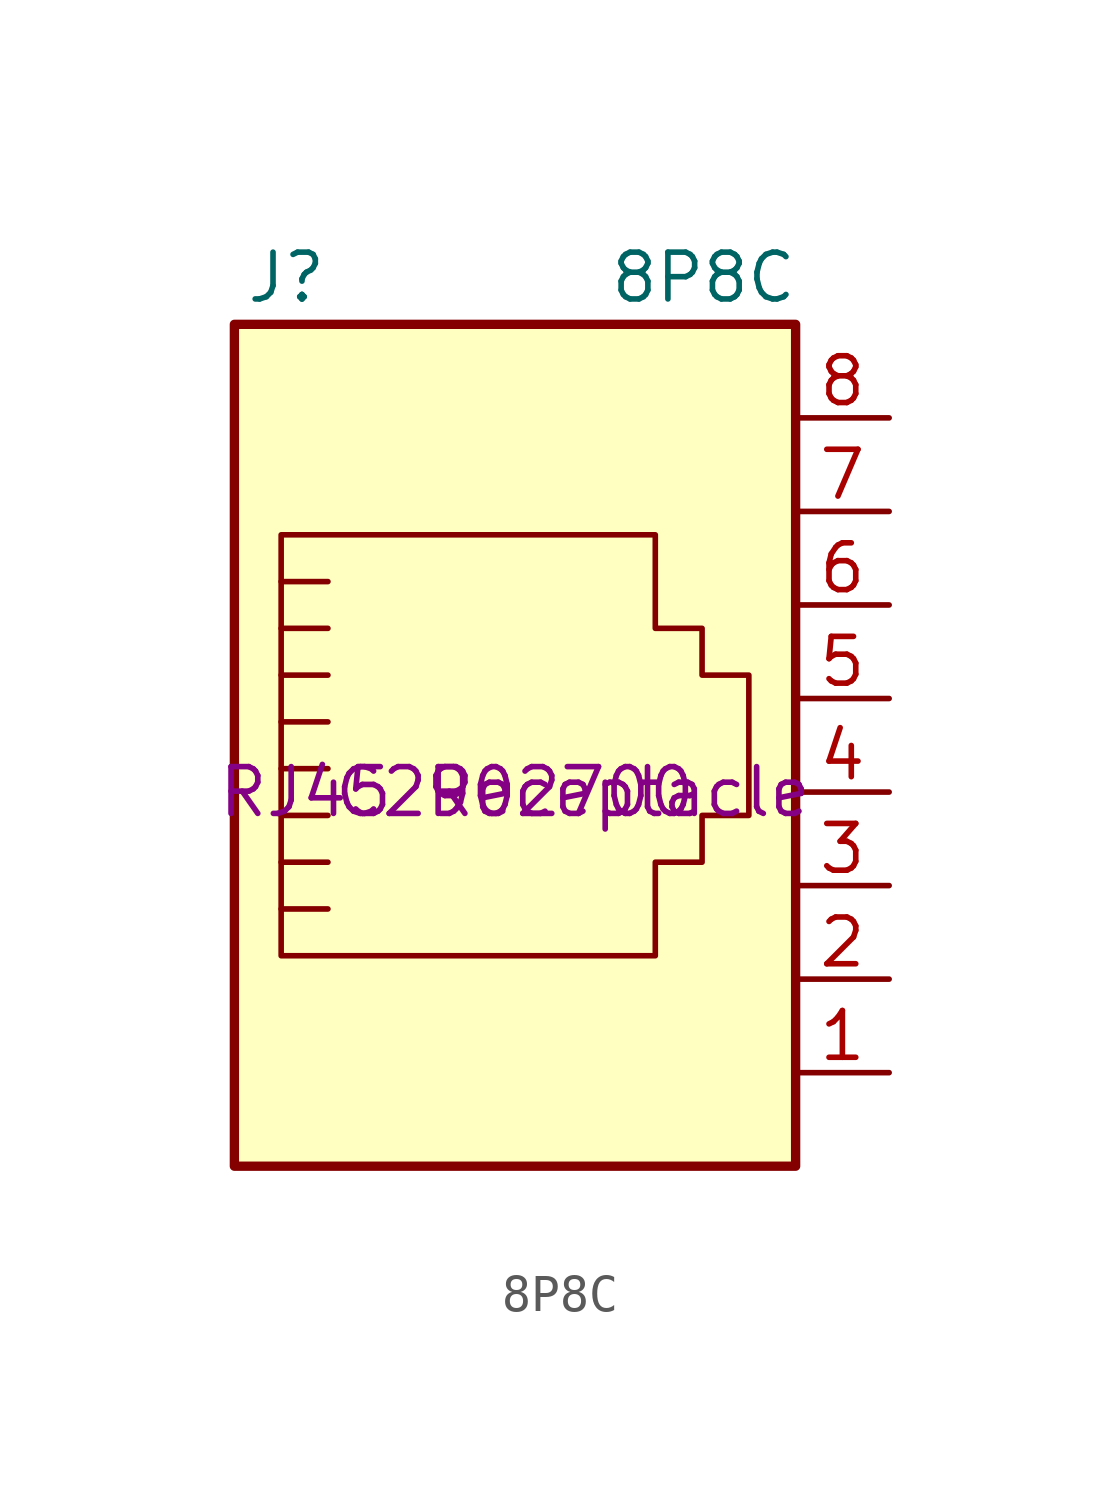
<source format=kicad_sym>
(kicad_symbol_lib
  (version 20220914)
  (generator kicad_symbol_editor)
  (symbol "8P8C"
    (pin_names
      (offset 1.016))
    (property "Reference" "J"
      (at -5.08 13.97 0)
      (effects (font (size 1.27 1.27)) (justify right)))
    (property "Value" "8P8C"
      (at 2.54 13.97 0)
      (effects (font (size 1.27 1.27)) (justify left)))
    (property "LCSC Part" "C2902700"
      (at 0 0 0)
      (effects (font (size 1.27 1.27))))
    (property "Part Name" "RJ45 Receptacle"
      (at 0 0 0)
      (effects (font (size 1.27 1.27))))
    (symbol "8P8C_0_1"
      (polyline (pts (xy -5.08 4.445) (xy -6.35 4.445)) (stroke (width 0) (type default)) (fill (type none)))
      (polyline (pts (xy -5.08 5.715) (xy -6.35 5.715)) (stroke (width 0) (type default)) (fill (type none)))
      (polyline (pts (xy -6.35 -3.175) (xy -5.08 -3.175) (xy -5.08 -3.175)) (stroke (width 0) (type default)) (fill (type none)))
      (polyline (pts (xy -6.35 -1.905) (xy -5.08 -1.905) (xy -5.08 -1.905)) (stroke (width 0) (type default)) (fill (type none)))
      (polyline (pts (xy -6.35 -0.635) (xy -5.08 -0.635) (xy -5.08 -0.635)) (stroke (width 0) (type default)) (fill (type none)))
      (polyline (pts (xy -6.35 0.635) (xy -5.08 0.635) (xy -5.08 0.635)) (stroke (width 0) (type default)) (fill (type none)))
      (polyline (pts (xy -6.35 1.905) (xy -5.08 1.905) (xy -5.08 1.905)) (stroke (width 0) (type default)) (fill (type none)))
      (polyline (pts (xy -5.08 3.175) (xy -6.35 3.175) (xy -6.35 3.175)) (stroke (width 0) (type default)) (fill (type none)))
      (polyline (pts (xy -6.35 -4.445) (xy -6.35 6.985) (xy 3.81 6.985) (xy 3.81 4.445) (xy 5.08 4.445) (xy 5.08 3.175) (xy 6.35 3.175) (xy 6.35 -0.635) (xy 5.08 -0.635) (xy 5.08 -1.905) (xy 3.81 -1.905) (xy 3.81 -4.445) (xy -6.35 -4.445) (xy -6.35 -4.445)) (stroke (width 0) (type default)) (fill (type none)))
      (rectangle (start 7.62 12.7) (end -7.62 -10.16) (stroke (width 0.254) (type default)) (fill (type background))))
    (symbol "8P8C_1_1"
      (pin passive line (at 10.16 -7.62 180) (length 2.54) (name "~" (effects (font (size 1.27 1.27)))) (number "1" (effects (font (size 1.27 1.27)))))
      (pin passive line (at 10.16 -5.08 180) (length 2.54) (name "~" (effects (font (size 1.27 1.27)))) (number "2" (effects (font (size 1.27 1.27)))))
      (pin passive line (at 10.16 -2.54 180) (length 2.54) (name "~" (effects (font (size 1.27 1.27)))) (number "3" (effects (font (size 1.27 1.27)))))
      (pin passive line (at 10.16 0 180) (length 2.54) (name "~" (effects (font (size 1.27 1.27)))) (number "4" (effects (font (size 1.27 1.27)))))
      (pin passive line (at 10.16 2.54 180) (length 2.54) (name "~" (effects (font (size 1.27 1.27)))) (number "5" (effects (font (size 1.27 1.27)))))
      (pin passive line (at 10.16 5.08 180) (length 2.54) (name "~" (effects (font (size 1.27 1.27)))) (number "6" (effects (font (size 1.27 1.27)))))
      (pin passive line (at 10.16 7.62 180) (length 2.54) (name "~" (effects (font (size 1.27 1.27)))) (number "7" (effects (font (size 1.27 1.27)))))
      (pin passive line (at 10.16 10.16 180) (length 2.54) (name "~" (effects (font (size 1.27 1.27)))) (number "8" (effects (font (size 1.27 1.27))))))))
</source>
